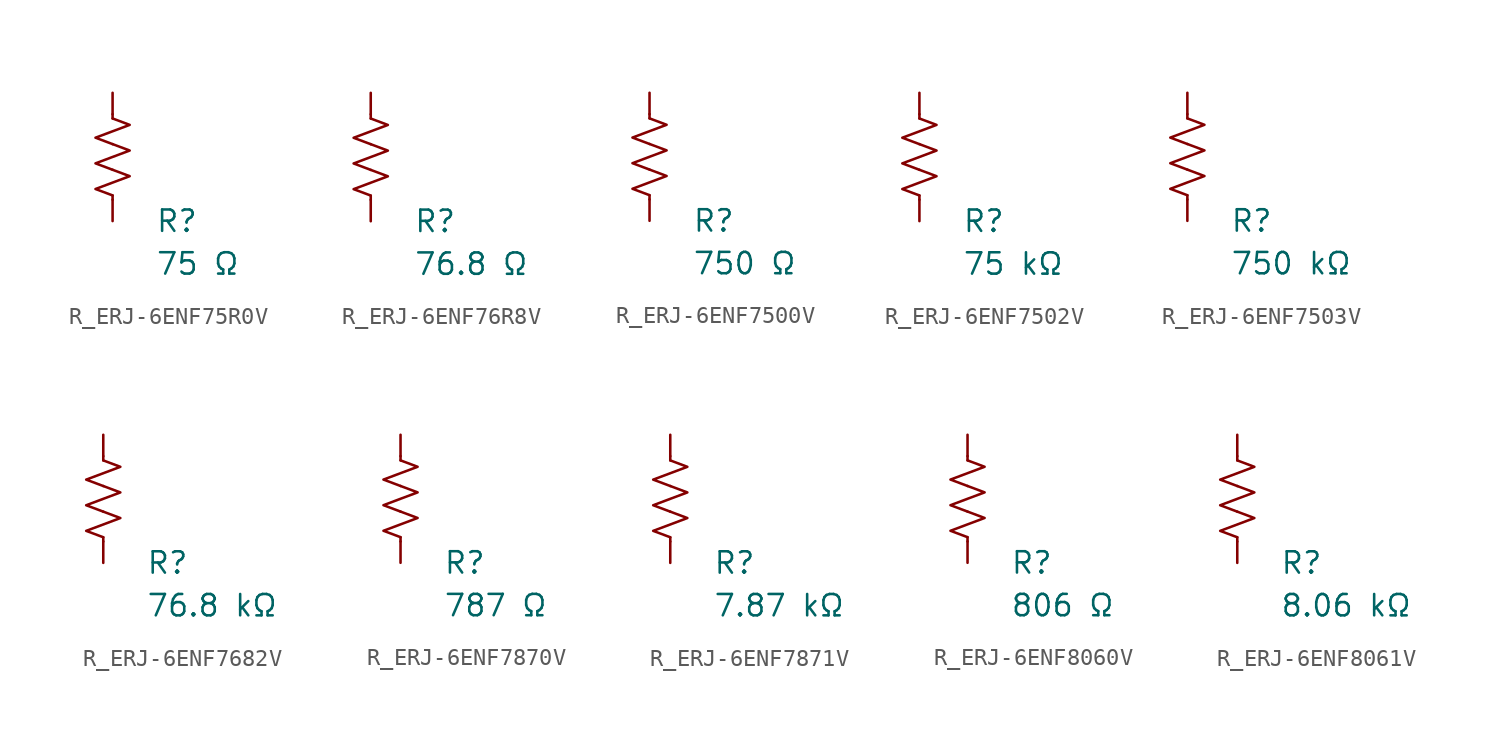
<source format=kicad_sym>
(kicad_symbol_lib
  (version 20231120)
  (generator "kicad_symbol_editor")
  (generator_version "8.0")
  (symbol "R_ERJ-6ENF75R0V"
    (pin_numbers hide)
    (pin_names
      (offset 0))
    (property "Reference" "R"
      (at 2.54 -3.81 0)
      (effects (font (size 1.27 1.27)) (justify left))
      (show_name no))
    (property "Value" "75 Ω"
      (at 2.54 -6.35 0)
      (effects (font (size 1.27 1.27)) (justify left))
      (show_name no))
    (symbol "R_ERJ-6ENF75R0V_0_1"
      (polyline (pts (xy 0 -2.286) (xy 0 -2.54)) (stroke (width 0) (type default)) (fill (type none)))
      (polyline (pts (xy 0 2.286) (xy 0 2.54)) (stroke (width 0) (type default)) (fill (type none)))
      (polyline (pts (xy 0 -0.762) (xy 1.016 -1.143) (xy 0 -1.524) (xy -1.016 -1.905) (xy 0 -2.286)) (stroke (width 0) (type default)) (fill (type none)))
      (polyline (pts (xy 0 0.762) (xy 1.016 0.381) (xy 0 0) (xy -1.016 -0.381) (xy 0 -0.762)) (stroke (width 0) (type default)) (fill (type none)))
      (polyline (pts (xy 0 2.286) (xy 1.016 1.905) (xy 0 1.524) (xy -1.016 1.143) (xy 0 0.762)) (stroke (width 0) (type default)) (fill (type none))))
    (symbol "R_ERJ-6ENF75R0V_1_1"
      (pin passive line (at 0 3.81 270) (length 1.27) (name "~" (effects (font (size 1.27 1.27)))) (number "1" (effects (font (size 1.27 1.27)))))
      (pin passive line (at 0 -3.81 90) (length 1.27) (name "~" (effects (font (size 1.27 1.27)))) (number "2" (effects (font (size 1.27 1.27)))))))
  (symbol "R_ERJ-6ENF76R8V"
    (pin_numbers hide)
    (pin_names
      (offset 0))
    (property "Reference" "R"
      (at 2.54 -3.81 0)
      (effects (font (size 1.27 1.27)) (justify left))
      (show_name no))
    (property "Value" "76.8 Ω"
      (at 2.54 -6.35 0)
      (effects (font (size 1.27 1.27)) (justify left))
      (show_name no))
    (symbol "R_ERJ-6ENF76R8V_0_1"
      (polyline (pts (xy 0 -2.286) (xy 0 -2.54)) (stroke (width 0) (type default)) (fill (type none)))
      (polyline (pts (xy 0 2.286) (xy 0 2.54)) (stroke (width 0) (type default)) (fill (type none)))
      (polyline (pts (xy 0 -0.762) (xy 1.016 -1.143) (xy 0 -1.524) (xy -1.016 -1.905) (xy 0 -2.286)) (stroke (width 0) (type default)) (fill (type none)))
      (polyline (pts (xy 0 0.762) (xy 1.016 0.381) (xy 0 0) (xy -1.016 -0.381) (xy 0 -0.762)) (stroke (width 0) (type default)) (fill (type none)))
      (polyline (pts (xy 0 2.286) (xy 1.016 1.905) (xy 0 1.524) (xy -1.016 1.143) (xy 0 0.762)) (stroke (width 0) (type default)) (fill (type none))))
    (symbol "R_ERJ-6ENF76R8V_1_1"
      (pin passive line (at 0 3.81 270) (length 1.27) (name "~" (effects (font (size 1.27 1.27)))) (number "1" (effects (font (size 1.27 1.27)))))
      (pin passive line (at 0 -3.81 90) (length 1.27) (name "~" (effects (font (size 1.27 1.27)))) (number "2" (effects (font (size 1.27 1.27)))))))
  (symbol "R_ERJ-6ENF7500V"
    (pin_numbers hide)
    (pin_names
      (offset 0))
    (property "Reference" "R"
      (at 2.54 -3.81 0)
      (effects (font (size 1.27 1.27)) (justify left))
      (show_name no))
    (property "Value" "750 Ω"
      (at 2.54 -6.35 0)
      (effects (font (size 1.27 1.27)) (justify left))
      (show_name no))
    (symbol "R_ERJ-6ENF7500V_0_1"
      (polyline (pts (xy 0 -2.286) (xy 0 -2.54)) (stroke (width 0) (type default)) (fill (type none)))
      (polyline (pts (xy 0 2.286) (xy 0 2.54)) (stroke (width 0) (type default)) (fill (type none)))
      (polyline (pts (xy 0 -0.762) (xy 1.016 -1.143) (xy 0 -1.524) (xy -1.016 -1.905) (xy 0 -2.286)) (stroke (width 0) (type default)) (fill (type none)))
      (polyline (pts (xy 0 0.762) (xy 1.016 0.381) (xy 0 0) (xy -1.016 -0.381) (xy 0 -0.762)) (stroke (width 0) (type default)) (fill (type none)))
      (polyline (pts (xy 0 2.286) (xy 1.016 1.905) (xy 0 1.524) (xy -1.016 1.143) (xy 0 0.762)) (stroke (width 0) (type default)) (fill (type none))))
    (symbol "R_ERJ-6ENF7500V_1_1"
      (pin passive line (at 0 3.81 270) (length 1.27) (name "~" (effects (font (size 1.27 1.27)))) (number "1" (effects (font (size 1.27 1.27)))))
      (pin passive line (at 0 -3.81 90) (length 1.27) (name "~" (effects (font (size 1.27 1.27)))) (number "2" (effects (font (size 1.27 1.27)))))))
  (symbol "R_ERJ-6ENF7502V"
    (pin_numbers hide)
    (pin_names
      (offset 0))
    (property "Reference" "R"
      (at 2.54 -3.81 0)
      (effects (font (size 1.27 1.27)) (justify left))
      (show_name no))
    (property "Value" "75 kΩ"
      (at 2.54 -6.35 0)
      (effects (font (size 1.27 1.27)) (justify left))
      (show_name no))
    (symbol "R_ERJ-6ENF7502V_0_1"
      (polyline (pts (xy 0 -2.286) (xy 0 -2.54)) (stroke (width 0) (type default)) (fill (type none)))
      (polyline (pts (xy 0 2.286) (xy 0 2.54)) (stroke (width 0) (type default)) (fill (type none)))
      (polyline (pts (xy 0 -0.762) (xy 1.016 -1.143) (xy 0 -1.524) (xy -1.016 -1.905) (xy 0 -2.286)) (stroke (width 0) (type default)) (fill (type none)))
      (polyline (pts (xy 0 0.762) (xy 1.016 0.381) (xy 0 0) (xy -1.016 -0.381) (xy 0 -0.762)) (stroke (width 0) (type default)) (fill (type none)))
      (polyline (pts (xy 0 2.286) (xy 1.016 1.905) (xy 0 1.524) (xy -1.016 1.143) (xy 0 0.762)) (stroke (width 0) (type default)) (fill (type none))))
    (symbol "R_ERJ-6ENF7502V_1_1"
      (pin passive line (at 0 3.81 270) (length 1.27) (name "~" (effects (font (size 1.27 1.27)))) (number "1" (effects (font (size 1.27 1.27)))))
      (pin passive line (at 0 -3.81 90) (length 1.27) (name "~" (effects (font (size 1.27 1.27)))) (number "2" (effects (font (size 1.27 1.27)))))))
  (symbol "R_ERJ-6ENF7503V"
    (pin_numbers hide)
    (pin_names
      (offset 0))
    (property "Reference" "R"
      (at 2.54 -3.81 0)
      (effects (font (size 1.27 1.27)) (justify left))
      (show_name no))
    (property "Value" "750 kΩ"
      (at 2.54 -6.35 0)
      (effects (font (size 1.27 1.27)) (justify left))
      (show_name no))
    (symbol "R_ERJ-6ENF7503V_0_1"
      (polyline (pts (xy 0 -2.286) (xy 0 -2.54)) (stroke (width 0) (type default)) (fill (type none)))
      (polyline (pts (xy 0 2.286) (xy 0 2.54)) (stroke (width 0) (type default)) (fill (type none)))
      (polyline (pts (xy 0 -0.762) (xy 1.016 -1.143) (xy 0 -1.524) (xy -1.016 -1.905) (xy 0 -2.286)) (stroke (width 0) (type default)) (fill (type none)))
      (polyline (pts (xy 0 0.762) (xy 1.016 0.381) (xy 0 0) (xy -1.016 -0.381) (xy 0 -0.762)) (stroke (width 0) (type default)) (fill (type none)))
      (polyline (pts (xy 0 2.286) (xy 1.016 1.905) (xy 0 1.524) (xy -1.016 1.143) (xy 0 0.762)) (stroke (width 0) (type default)) (fill (type none))))
    (symbol "R_ERJ-6ENF7503V_1_1"
      (pin passive line (at 0 3.81 270) (length 1.27) (name "~" (effects (font (size 1.27 1.27)))) (number "1" (effects (font (size 1.27 1.27)))))
      (pin passive line (at 0 -3.81 90) (length 1.27) (name "~" (effects (font (size 1.27 1.27)))) (number "2" (effects (font (size 1.27 1.27)))))))
  (symbol "R_ERJ-6ENF7682V"
    (pin_numbers hide)
    (pin_names
      (offset 0))
    (property "Reference" "R"
      (at 2.54 -3.81 0)
      (effects (font (size 1.27 1.27)) (justify left))
      (show_name no))
    (property "Value" "76.8 kΩ"
      (at 2.54 -6.35 0)
      (effects (font (size 1.27 1.27)) (justify left))
      (show_name no))
    (symbol "R_ERJ-6ENF7682V_0_1"
      (polyline (pts (xy 0 -2.286) (xy 0 -2.54)) (stroke (width 0) (type default)) (fill (type none)))
      (polyline (pts (xy 0 2.286) (xy 0 2.54)) (stroke (width 0) (type default)) (fill (type none)))
      (polyline (pts (xy 0 -0.762) (xy 1.016 -1.143) (xy 0 -1.524) (xy -1.016 -1.905) (xy 0 -2.286)) (stroke (width 0) (type default)) (fill (type none)))
      (polyline (pts (xy 0 0.762) (xy 1.016 0.381) (xy 0 0) (xy -1.016 -0.381) (xy 0 -0.762)) (stroke (width 0) (type default)) (fill (type none)))
      (polyline (pts (xy 0 2.286) (xy 1.016 1.905) (xy 0 1.524) (xy -1.016 1.143) (xy 0 0.762)) (stroke (width 0) (type default)) (fill (type none))))
    (symbol "R_ERJ-6ENF7682V_1_1"
      (pin passive line (at 0 3.81 270) (length 1.27) (name "~" (effects (font (size 1.27 1.27)))) (number "1" (effects (font (size 1.27 1.27)))))
      (pin passive line (at 0 -3.81 90) (length 1.27) (name "~" (effects (font (size 1.27 1.27)))) (number "2" (effects (font (size 1.27 1.27)))))))
  (symbol "R_ERJ-6ENF7870V"
    (pin_numbers hide)
    (pin_names
      (offset 0))
    (property "Reference" "R"
      (at 2.54 -3.81 0)
      (effects (font (size 1.27 1.27)) (justify left))
      (show_name no))
    (property "Value" "787 Ω"
      (at 2.54 -6.35 0)
      (effects (font (size 1.27 1.27)) (justify left))
      (show_name no))
    (symbol "R_ERJ-6ENF7870V_0_1"
      (polyline (pts (xy 0 -2.286) (xy 0 -2.54)) (stroke (width 0) (type default)) (fill (type none)))
      (polyline (pts (xy 0 2.286) (xy 0 2.54)) (stroke (width 0) (type default)) (fill (type none)))
      (polyline (pts (xy 0 -0.762) (xy 1.016 -1.143) (xy 0 -1.524) (xy -1.016 -1.905) (xy 0 -2.286)) (stroke (width 0) (type default)) (fill (type none)))
      (polyline (pts (xy 0 0.762) (xy 1.016 0.381) (xy 0 0) (xy -1.016 -0.381) (xy 0 -0.762)) (stroke (width 0) (type default)) (fill (type none)))
      (polyline (pts (xy 0 2.286) (xy 1.016 1.905) (xy 0 1.524) (xy -1.016 1.143) (xy 0 0.762)) (stroke (width 0) (type default)) (fill (type none))))
    (symbol "R_ERJ-6ENF7870V_1_1"
      (pin passive line (at 0 3.81 270) (length 1.27) (name "~" (effects (font (size 1.27 1.27)))) (number "1" (effects (font (size 1.27 1.27)))))
      (pin passive line (at 0 -3.81 90) (length 1.27) (name "~" (effects (font (size 1.27 1.27)))) (number "2" (effects (font (size 1.27 1.27)))))))
  (symbol "R_ERJ-6ENF7871V"
    (pin_numbers hide)
    (pin_names
      (offset 0))
    (property "Reference" "R"
      (at 2.54 -3.81 0)
      (effects (font (size 1.27 1.27)) (justify left))
      (show_name no))
    (property "Value" "7.87 kΩ"
      (at 2.54 -6.35 0)
      (effects (font (size 1.27 1.27)) (justify left))
      (show_name no))
    (symbol "R_ERJ-6ENF7871V_0_1"
      (polyline (pts (xy 0 -2.286) (xy 0 -2.54)) (stroke (width 0) (type default)) (fill (type none)))
      (polyline (pts (xy 0 2.286) (xy 0 2.54)) (stroke (width 0) (type default)) (fill (type none)))
      (polyline (pts (xy 0 -0.762) (xy 1.016 -1.143) (xy 0 -1.524) (xy -1.016 -1.905) (xy 0 -2.286)) (stroke (width 0) (type default)) (fill (type none)))
      (polyline (pts (xy 0 0.762) (xy 1.016 0.381) (xy 0 0) (xy -1.016 -0.381) (xy 0 -0.762)) (stroke (width 0) (type default)) (fill (type none)))
      (polyline (pts (xy 0 2.286) (xy 1.016 1.905) (xy 0 1.524) (xy -1.016 1.143) (xy 0 0.762)) (stroke (width 0) (type default)) (fill (type none))))
    (symbol "R_ERJ-6ENF7871V_1_1"
      (pin passive line (at 0 3.81 270) (length 1.27) (name "~" (effects (font (size 1.27 1.27)))) (number "1" (effects (font (size 1.27 1.27)))))
      (pin passive line (at 0 -3.81 90) (length 1.27) (name "~" (effects (font (size 1.27 1.27)))) (number "2" (effects (font (size 1.27 1.27)))))))
  (symbol "R_ERJ-6ENF8060V"
    (pin_numbers hide)
    (pin_names
      (offset 0))
    (property "Reference" "R"
      (at 2.54 -3.81 0)
      (effects (font (size 1.27 1.27)) (justify left))
      (show_name no))
    (property "Value" "806 Ω"
      (at 2.54 -6.35 0)
      (effects (font (size 1.27 1.27)) (justify left))
      (show_name no))
    (symbol "R_ERJ-6ENF8060V_0_1"
      (polyline (pts (xy 0 -2.286) (xy 0 -2.54)) (stroke (width 0) (type default)) (fill (type none)))
      (polyline (pts (xy 0 2.286) (xy 0 2.54)) (stroke (width 0) (type default)) (fill (type none)))
      (polyline (pts (xy 0 -0.762) (xy 1.016 -1.143) (xy 0 -1.524) (xy -1.016 -1.905) (xy 0 -2.286)) (stroke (width 0) (type default)) (fill (type none)))
      (polyline (pts (xy 0 0.762) (xy 1.016 0.381) (xy 0 0) (xy -1.016 -0.381) (xy 0 -0.762)) (stroke (width 0) (type default)) (fill (type none)))
      (polyline (pts (xy 0 2.286) (xy 1.016 1.905) (xy 0 1.524) (xy -1.016 1.143) (xy 0 0.762)) (stroke (width 0) (type default)) (fill (type none))))
    (symbol "R_ERJ-6ENF8060V_1_1"
      (pin passive line (at 0 3.81 270) (length 1.27) (name "~" (effects (font (size 1.27 1.27)))) (number "1" (effects (font (size 1.27 1.27)))))
      (pin passive line (at 0 -3.81 90) (length 1.27) (name "~" (effects (font (size 1.27 1.27)))) (number "2" (effects (font (size 1.27 1.27)))))))
  (symbol "R_ERJ-6ENF8061V"
    (pin_numbers hide)
    (pin_names
      (offset 0))
    (property "Reference" "R"
      (at 2.54 -3.81 0)
      (effects (font (size 1.27 1.27)) (justify left))
      (show_name no))
    (property "Value" "8.06 kΩ"
      (at 2.54 -6.35 0)
      (effects (font (size 1.27 1.27)) (justify left))
      (show_name no))
    (symbol "R_ERJ-6ENF8061V_0_1"
      (polyline (pts (xy 0 -2.286) (xy 0 -2.54)) (stroke (width 0) (type default)) (fill (type none)))
      (polyline (pts (xy 0 2.286) (xy 0 2.54)) (stroke (width 0) (type default)) (fill (type none)))
      (polyline (pts (xy 0 -0.762) (xy 1.016 -1.143) (xy 0 -1.524) (xy -1.016 -1.905) (xy 0 -2.286)) (stroke (width 0) (type default)) (fill (type none)))
      (polyline (pts (xy 0 0.762) (xy 1.016 0.381) (xy 0 0) (xy -1.016 -0.381) (xy 0 -0.762)) (stroke (width 0) (type default)) (fill (type none)))
      (polyline (pts (xy 0 2.286) (xy 1.016 1.905) (xy 0 1.524) (xy -1.016 1.143) (xy 0 0.762)) (stroke (width 0) (type default)) (fill (type none))))
    (symbol "R_ERJ-6ENF8061V_1_1"
      (pin passive line (at 0 3.81 270) (length 1.27) (name "~" (effects (font (size 1.27 1.27)))) (number "1" (effects (font (size 1.27 1.27)))))
      (pin passive line (at 0 -3.81 90) (length 1.27) (name "~" (effects (font (size 1.27 1.27)))) (number "2" (effects (font (size 1.27 1.27))))))))
</source>
